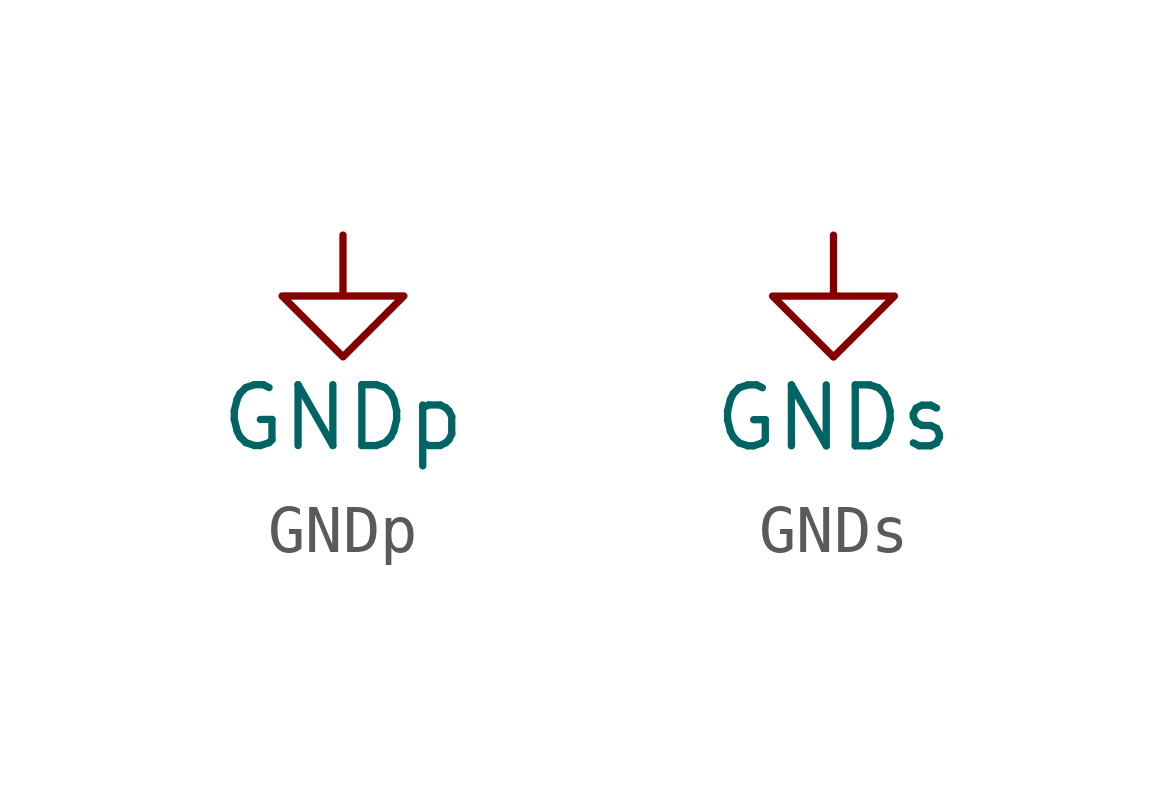
<source format=kicad_sym>
(kicad_symbol_lib
  (version 20211014)
  (generator kicad_symbol_editor)
  (symbol "GNDp"
    (power)
    (pin_names
      (offset 0))
    (property "Reference" "#PWR"
      (at 0 -6.35 0)
      (effects (font (size 1.27 1.27)) hide))
    (property "Value" "GNDp"
      (at 0 -3.81 0)
      (effects (font (size 1.27 1.27))))
    (symbol "GNDp_0_1"
      (polyline (pts (xy 0 0) (xy 0 -1.27) (xy 1.27 -1.27) (xy 0 -2.54) (xy -1.27 -1.27) (xy 0 -1.27)) (stroke (width 0) (type default) (color 0 0 0 0)) (fill (type none))))
    (symbol "GNDp_1_1"
      (pin power_in line (at 0 0 270) (length 0) hide (name "GNDp" (effects (font (size 1.27 1.27)))) (number "1" (effects (font (size 1.27 1.27)))))))
  (symbol "GNDs"
    (power)
    (pin_names
      (offset 0))
    (property "Reference" "#PWR"
      (at 0 -6.35 0)
      (effects (font (size 1.27 1.27)) hide))
    (property "Value" "GNDs"
      (at 0 -3.81 0)
      (effects (font (size 1.27 1.27))))
    (symbol "GNDs_0_1"
      (polyline (pts (xy 0 0) (xy 0 -1.27) (xy 1.27 -1.27) (xy 0 -2.54) (xy -1.27 -1.27) (xy 0 -1.27)) (stroke (width 0) (type default) (color 0 0 0 0)) (fill (type none))))
    (symbol "GNDs_1_1"
      (pin power_in line (at 0 0 270) (length 0) hide (name "GNDs" (effects (font (size 1.27 1.27)))) (number "1" (effects (font (size 1.27 1.27))))))))
</source>
